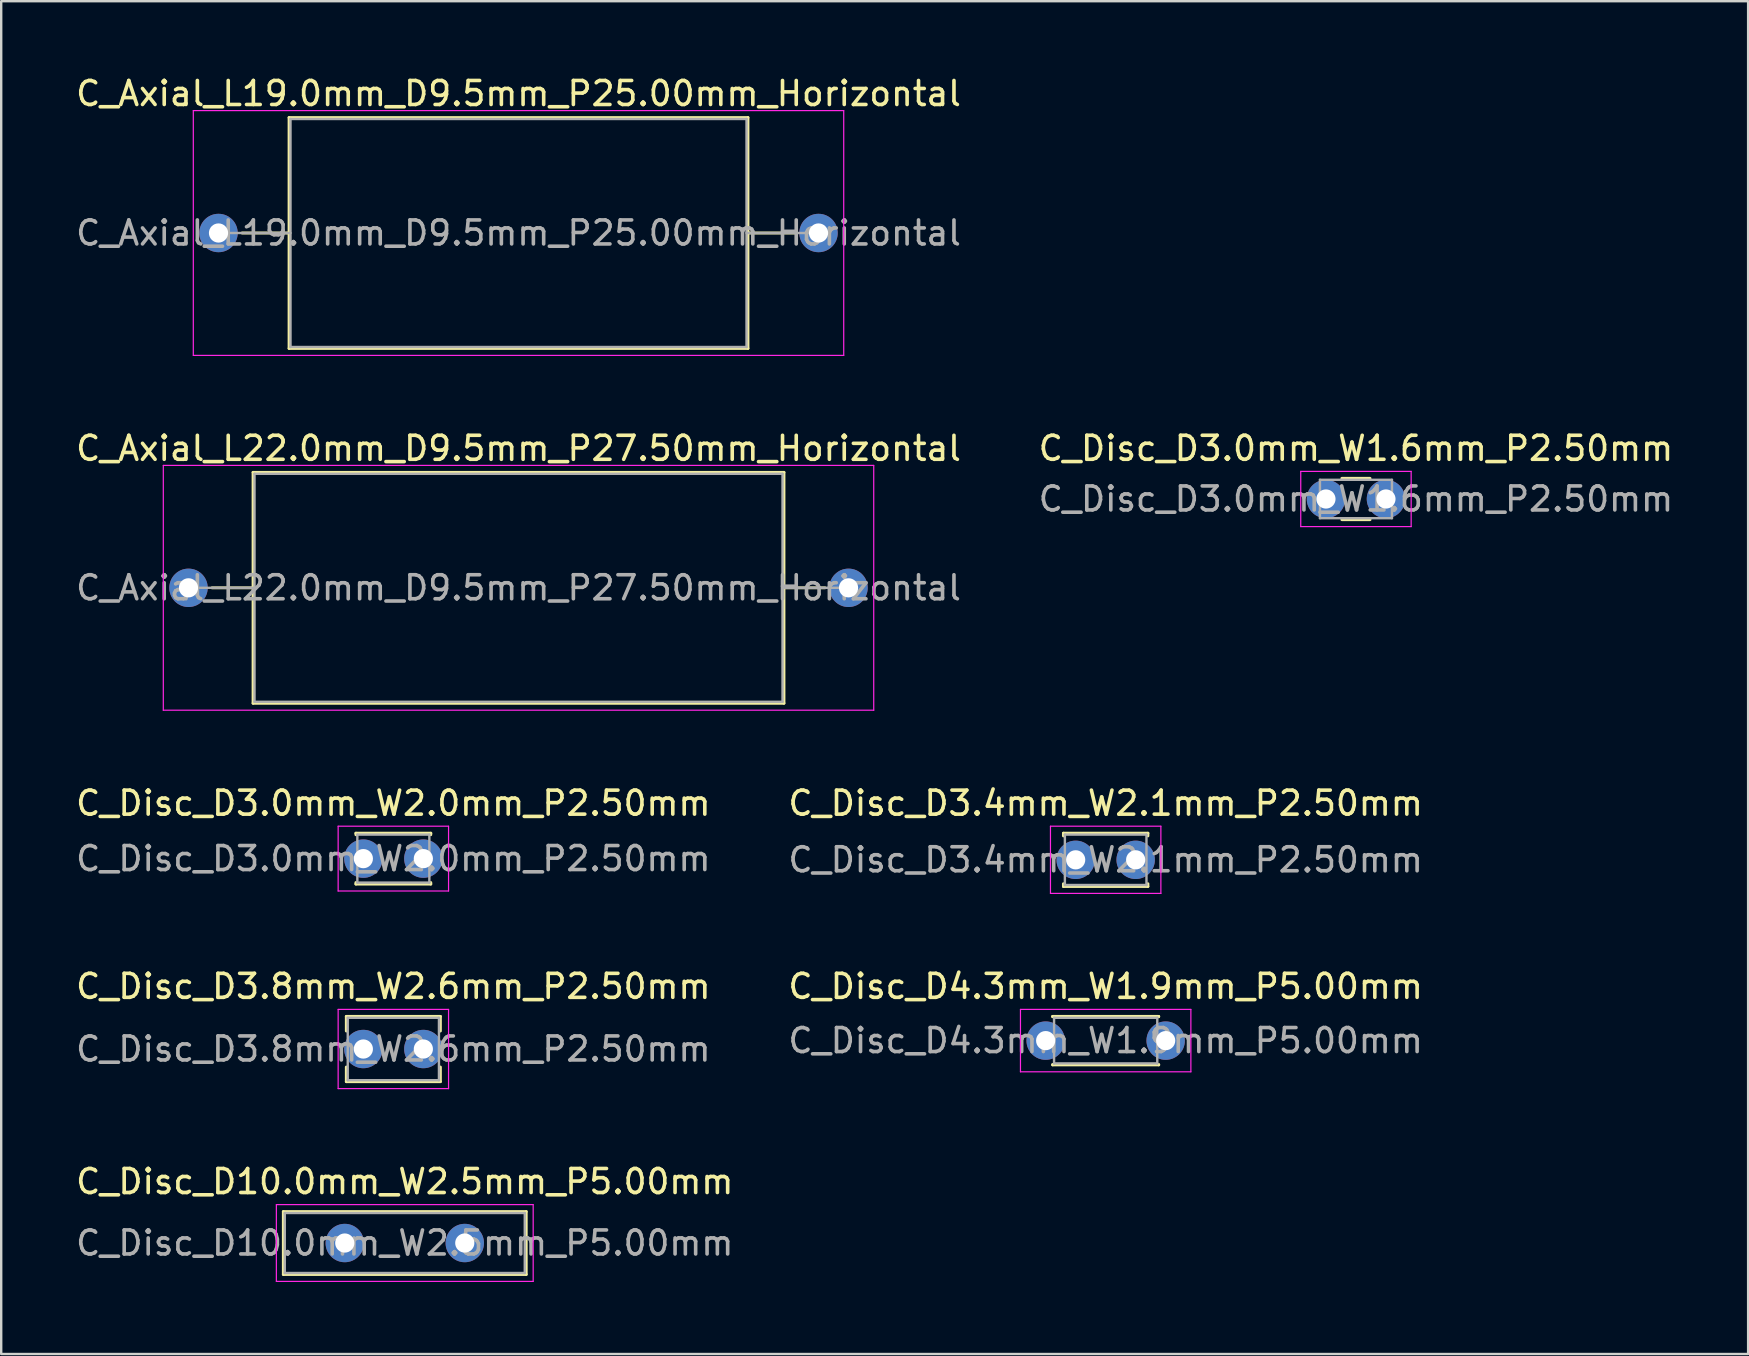
<source format=kicad_pcb>
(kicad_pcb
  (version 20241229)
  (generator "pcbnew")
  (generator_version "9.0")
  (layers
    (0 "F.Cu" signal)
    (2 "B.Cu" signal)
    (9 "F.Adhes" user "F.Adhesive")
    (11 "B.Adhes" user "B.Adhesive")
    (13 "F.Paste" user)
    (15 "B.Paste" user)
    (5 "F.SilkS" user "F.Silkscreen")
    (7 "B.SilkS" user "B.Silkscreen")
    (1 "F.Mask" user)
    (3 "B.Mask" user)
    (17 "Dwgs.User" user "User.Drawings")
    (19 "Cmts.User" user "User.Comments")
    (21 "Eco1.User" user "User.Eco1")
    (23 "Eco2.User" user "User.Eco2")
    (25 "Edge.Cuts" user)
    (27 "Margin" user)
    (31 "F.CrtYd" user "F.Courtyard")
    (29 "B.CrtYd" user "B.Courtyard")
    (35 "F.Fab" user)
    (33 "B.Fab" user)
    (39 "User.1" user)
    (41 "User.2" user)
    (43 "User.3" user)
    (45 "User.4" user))
  (footprint "C_Axial_L22.0mm_D9.5mm_P27.50mm_Horizontal"
    (layer "F.Cu")
    (at 4.804 21.442)
    (property "Reference" "C_Axial_L22.0mm_D9.5mm_P27.50mm_Horizontal" (at 13.75 -5.81 0) (layer "F.SilkS") (effects (font (size 1 1) (thickness 0.15))))
    (attr through_hole)
    (fp_line (start 0.98 0) (end 2.69 0) (stroke (width 0.12) (type solid)) (layer "F.SilkS"))
    (fp_line (start 2.69 -4.81) (end 2.69 4.81) (stroke (width 0.12) (type solid)) (layer "F.SilkS"))
    (fp_line (start 2.69 4.81) (end 24.81 4.81) (stroke (width 0.12) (type solid)) (layer "F.SilkS"))
    (fp_line (start 24.81 -4.81) (end 2.69 -4.81) (stroke (width 0.12) (type solid)) (layer "F.SilkS"))
    (fp_line (start 24.81 4.81) (end 24.81 -4.81) (stroke (width 0.12) (type solid)) (layer "F.SilkS"))
    (fp_line (start 26.52 0) (end 24.81 0) (stroke (width 0.12) (type solid)) (layer "F.SilkS"))
    (fp_line (start -1.05 -5.1) (end -1.05 5.1) (stroke (width 0.05) (type solid)) (layer "F.CrtYd"))
    (fp_line (start -1.05 5.1) (end 28.55 5.1) (stroke (width 0.05) (type solid)) (layer "F.CrtYd"))
    (fp_line (start 28.55 -5.1) (end -1.05 -5.1) (stroke (width 0.05) (type solid)) (layer "F.CrtYd"))
    (fp_line (start 28.55 5.1) (end 28.55 -5.1) (stroke (width 0.05) (type solid)) (layer "F.CrtYd"))
    (fp_line (start 0 0) (end 2.75 0) (stroke (width 0.1) (type solid)) (layer "F.Fab"))
    (fp_line (start 2.75 -4.75) (end 2.75 4.75) (stroke (width 0.1) (type solid)) (layer "F.Fab"))
    (fp_line (start 2.75 4.75) (end 24.75 4.75) (stroke (width 0.1) (type solid)) (layer "F.Fab"))
    (fp_line (start 24.75 -4.75) (end 2.75 -4.75) (stroke (width 0.1) (type solid)) (layer "F.Fab"))
    (fp_line (start 24.75 4.75) (end 24.75 -4.75) (stroke (width 0.1) (type solid)) (layer "F.Fab"))
    (fp_line (start 27.5 0) (end 24.75 0) (stroke (width 0.1) (type solid)) (layer "F.Fab"))
    (fp_text user "${REFERENCE}" (at 13.75 0 0) (layer "F.Fab") (effects (font (size 1 1) (thickness 0.15))))
    (pad "1" thru_hole circle (at 0 0) (size 1.6 1.6) (drill 0.8) (layers "*.Cu" "*.Mask"))
    (pad "2" thru_hole oval (at 27.5 0) (size 1.6 1.6) (drill 0.8) (layers "*.Cu" "*.Mask")))
  (footprint "C_Disc_D10.0mm_W2.5mm_P5.00mm"
    (layer "F.Cu")
    (at 11.315 48.741)
    (property "Reference" "C_Disc_D10.0mm_W2.5mm_P5.00mm" (at 2.5 -2.56 0) (layer "F.SilkS") (effects (font (size 1 1) (thickness 0.15))))
    (attr through_hole)
    (fp_line (start -2.56 -1.31) (end -2.56 1.31) (stroke (width 0.12) (type solid)) (layer "F.SilkS"))
    (fp_line (start -2.56 -1.31) (end 7.56 -1.31) (stroke (width 0.12) (type solid)) (layer "F.SilkS"))
    (fp_line (start -2.56 1.31) (end 7.56 1.31) (stroke (width 0.12) (type solid)) (layer "F.SilkS"))
    (fp_line (start 7.56 -1.31) (end 7.56 1.31) (stroke (width 0.12) (type solid)) (layer "F.SilkS"))
    (fp_line (start -2.85 -1.6) (end -2.85 1.6) (stroke (width 0.05) (type solid)) (layer "F.CrtYd"))
    (fp_line (start -2.85 1.6) (end 7.85 1.6) (stroke (width 0.05) (type solid)) (layer "F.CrtYd"))
    (fp_line (start 7.85 -1.6) (end -2.85 -1.6) (stroke (width 0.05) (type solid)) (layer "F.CrtYd"))
    (fp_line (start 7.85 1.6) (end 7.85 -1.6) (stroke (width 0.05) (type solid)) (layer "F.CrtYd"))
    (fp_line (start -2.5 -1.25) (end -2.5 1.25) (stroke (width 0.1) (type solid)) (layer "F.Fab"))
    (fp_line (start -2.5 1.25) (end 7.5 1.25) (stroke (width 0.1) (type solid)) (layer "F.Fab"))
    (fp_line (start 7.5 -1.25) (end -2.5 -1.25) (stroke (width 0.1) (type solid)) (layer "F.Fab"))
    (fp_line (start 7.5 1.25) (end 7.5 -1.25) (stroke (width 0.1) (type solid)) (layer "F.Fab"))
    (fp_text user "${REFERENCE}" (at 2.5 0 0) (layer "F.Fab") (effects (font (size 1 1) (thickness 0.15))))
    (pad "1" thru_hole circle (at 0 0) (size 1.6 1.6) (drill 0.8) (layers "*.Cu" "*.Mask"))
    (pad "2" thru_hole circle (at 5 0) (size 1.6 1.6) (drill 0.8) (layers "*.Cu" "*.Mask")))
  (footprint "C_Disc_D3.8mm_W2.6mm_P2.50mm"
    (layer "F.Cu")
    (at 12.089 40.658)
    (property "Reference" "C_Disc_D3.8mm_W2.6mm_P2.50mm" (at 1.25 -2.61 0) (layer "F.SilkS") (effects (font (size 1 1) (thickness 0.15))))
    (attr through_hole)
    (fp_line (start -0.71 -1.36) (end -0.71 -0.75) (stroke (width 0.12) (type solid)) (layer "F.SilkS"))
    (fp_line (start -0.71 -1.36) (end 3.21 -1.36) (stroke (width 0.12) (type solid)) (layer "F.SilkS"))
    (fp_line (start -0.71 0.75) (end -0.71 1.36) (stroke (width 0.12) (type solid)) (layer "F.SilkS"))
    (fp_line (start -0.71 1.36) (end 3.21 1.36) (stroke (width 0.12) (type solid)) (layer "F.SilkS"))
    (fp_line (start 3.21 -1.36) (end 3.21 -0.75) (stroke (width 0.12) (type solid)) (layer "F.SilkS"))
    (fp_line (start 3.21 0.75) (end 3.21 1.36) (stroke (width 0.12) (type solid)) (layer "F.SilkS"))
    (fp_line (start -1.05 -1.65) (end -1.05 1.65) (stroke (width 0.05) (type solid)) (layer "F.CrtYd"))
    (fp_line (start -1.05 1.65) (end 3.55 1.65) (stroke (width 0.05) (type solid)) (layer "F.CrtYd"))
    (fp_line (start 3.55 -1.65) (end -1.05 -1.65) (stroke (width 0.05) (type solid)) (layer "F.CrtYd"))
    (fp_line (start 3.55 1.65) (end 3.55 -1.65) (stroke (width 0.05) (type solid)) (layer "F.CrtYd"))
    (fp_line (start -0.65 -1.3) (end -0.65 1.3) (stroke (width 0.1) (type solid)) (layer "F.Fab"))
    (fp_line (start -0.65 1.3) (end 3.15 1.3) (stroke (width 0.1) (type solid)) (layer "F.Fab"))
    (fp_line (start 3.15 -1.3) (end -0.65 -1.3) (stroke (width 0.1) (type solid)) (layer "F.Fab"))
    (fp_line (start 3.15 1.3) (end 3.15 -1.3) (stroke (width 0.1) (type solid)) (layer "F.Fab"))
    (fp_text user "${REFERENCE}" (at 1.25 0 0) (layer "F.Fab") (effects (font (size 1 1) (thickness 0.15))))
    (pad "1" thru_hole circle (at 0 0) (size 1.6 1.6) (drill 0.8) (layers "*.Cu" "*.Mask"))
    (pad "2" thru_hole circle (at 2.5 0) (size 1.6 1.6) (drill 0.8) (layers "*.Cu" "*.Mask")))
  (footprint "C_Axial_L19.0mm_D9.5mm_P25.00mm_Horizontal"
    (layer "F.Cu")
    (at 6.054 6.658)
    (property "Reference" "C_Axial_L19.0mm_D9.5mm_P25.00mm_Horizontal" (at 12.5 -5.81 0) (layer "F.SilkS") (effects (font (size 1 1) (thickness 0.15))))
    (attr through_hole)
    (fp_line (start 0.98 0) (end 2.94 0) (stroke (width 0.12) (type solid)) (layer "F.SilkS"))
    (fp_line (start 2.94 -4.81) (end 2.94 4.81) (stroke (width 0.12) (type solid)) (layer "F.SilkS"))
    (fp_line (start 2.94 4.81) (end 22.06 4.81) (stroke (width 0.12) (type solid)) (layer "F.SilkS"))
    (fp_line (start 22.06 -4.81) (end 2.94 -4.81) (stroke (width 0.12) (type solid)) (layer "F.SilkS"))
    (fp_line (start 22.06 4.81) (end 22.06 -4.81) (stroke (width 0.12) (type solid)) (layer "F.SilkS"))
    (fp_line (start 24.02 0) (end 22.06 0) (stroke (width 0.12) (type solid)) (layer "F.SilkS"))
    (fp_line (start -1.05 -5.1) (end -1.05 5.1) (stroke (width 0.05) (type solid)) (layer "F.CrtYd"))
    (fp_line (start -1.05 5.1) (end 26.05 5.1) (stroke (width 0.05) (type solid)) (layer "F.CrtYd"))
    (fp_line (start 26.05 -5.1) (end -1.05 -5.1) (stroke (width 0.05) (type solid)) (layer "F.CrtYd"))
    (fp_line (start 26.05 5.1) (end 26.05 -5.1) (stroke (width 0.05) (type solid)) (layer "F.CrtYd"))
    (fp_line (start 0 0) (end 3 0) (stroke (width 0.1) (type solid)) (layer "F.Fab"))
    (fp_line (start 3 -4.75) (end 3 4.75) (stroke (width 0.1) (type solid)) (layer "F.Fab"))
    (fp_line (start 3 4.75) (end 22 4.75) (stroke (width 0.1) (type solid)) (layer "F.Fab"))
    (fp_line (start 22 -4.75) (end 3 -4.75) (stroke (width 0.1) (type solid)) (layer "F.Fab"))
    (fp_line (start 22 4.75) (end 22 -4.75) (stroke (width 0.1) (type solid)) (layer "F.Fab"))
    (fp_line (start 25 0) (end 22 0) (stroke (width 0.1) (type solid)) (layer "F.Fab"))
    (fp_text user "${REFERENCE}" (at 12.5 0 0) (layer "F.Fab") (effects (font (size 1 1) (thickness 0.15))))
    (pad "1" thru_hole circle (at 0 0) (size 1.6 1.6) (drill 0.8) (layers "*.Cu" "*.Mask"))
    (pad "2" thru_hole oval (at 25 0) (size 1.6 1.6) (drill 0.8) (layers "*.Cu" "*.Mask")))
  (footprint "C_Disc_D3.0mm_W2.0mm_P2.50mm"
    (layer "F.Cu")
    (at 12.089 32.725)
    (property "Reference" "C_Disc_D3.0mm_W2.0mm_P2.50mm" (at 1.25 -2.31 0) (layer "F.SilkS") (effects (font (size 1 1) (thickness 0.15))))
    (attr through_hole)
    (fp_line (start -0.31 -1.06) (end -0.31 -0.996) (stroke (width 0.12) (type solid)) (layer "F.SilkS"))
    (fp_line (start -0.31 -1.06) (end 2.81 -1.06) (stroke (width 0.12) (type solid)) (layer "F.SilkS"))
    (fp_line (start -0.31 0.996) (end -0.31 1.06) (stroke (width 0.12) (type solid)) (layer "F.SilkS"))
    (fp_line (start -0.31 1.06) (end 2.81 1.06) (stroke (width 0.12) (type solid)) (layer "F.SilkS"))
    (fp_line (start 2.81 -1.06) (end 2.81 -0.996) (stroke (width 0.12) (type solid)) (layer "F.SilkS"))
    (fp_line (start 2.81 0.996) (end 2.81 1.06) (stroke (width 0.12) (type solid)) (layer "F.SilkS"))
    (fp_line (start -1.05 -1.35) (end -1.05 1.35) (stroke (width 0.05) (type solid)) (layer "F.CrtYd"))
    (fp_line (start -1.05 1.35) (end 3.55 1.35) (stroke (width 0.05) (type solid)) (layer "F.CrtYd"))
    (fp_line (start 3.55 -1.35) (end -1.05 -1.35) (stroke (width 0.05) (type solid)) (layer "F.CrtYd"))
    (fp_line (start 3.55 1.35) (end 3.55 -1.35) (stroke (width 0.05) (type solid)) (layer "F.CrtYd"))
    (fp_line (start -0.25 -1) (end -0.25 1) (stroke (width 0.1) (type solid)) (layer "F.Fab"))
    (fp_line (start -0.25 1) (end 2.75 1) (stroke (width 0.1) (type solid)) (layer "F.Fab"))
    (fp_line (start 2.75 -1) (end -0.25 -1) (stroke (width 0.1) (type solid)) (layer "F.Fab"))
    (fp_line (start 2.75 1) (end 2.75 -1) (stroke (width 0.1) (type solid)) (layer "F.Fab"))
    (fp_text user "${REFERENCE}" (at 1.25 0 0) (layer "F.Fab") (effects (font (size 1 1) (thickness 0.15))))
    (pad "1" thru_hole circle (at 0 0) (size 1.6 1.6) (drill 0.8) (layers "*.Cu" "*.Mask"))
    (pad "2" thru_hole circle (at 2.5 0) (size 1.6 1.6) (drill 0.8) (layers "*.Cu" "*.Mask")))
  (footprint "C_Disc_D3.4mm_W2.1mm_P2.50mm"
    (layer "F.Cu")
    (at 41.768 32.775)
    (property "Reference" "C_Disc_D3.4mm_W2.1mm_P2.50mm" (at 1.25 -2.36 0) (layer "F.SilkS") (effects (font (size 1 1) (thickness 0.15))))
    (attr through_hole)
    (fp_line (start -0.51 -1.11) (end -0.51 -0.996) (stroke (width 0.12) (type solid)) (layer "F.SilkS"))
    (fp_line (start -0.51 -1.11) (end 3.01 -1.11) (stroke (width 0.12) (type solid)) (layer "F.SilkS"))
    (fp_line (start -0.51 0.996) (end -0.51 1.11) (stroke (width 0.12) (type solid)) (layer "F.SilkS"))
    (fp_line (start -0.51 1.11) (end 3.01 1.11) (stroke (width 0.12) (type solid)) (layer "F.SilkS"))
    (fp_line (start 3.01 -1.11) (end 3.01 -0.996) (stroke (width 0.12) (type solid)) (layer "F.SilkS"))
    (fp_line (start 3.01 0.996) (end 3.01 1.11) (stroke (width 0.12) (type solid)) (layer "F.SilkS"))
    (fp_line (start -1.05 -1.4) (end -1.05 1.4) (stroke (width 0.05) (type solid)) (layer "F.CrtYd"))
    (fp_line (start -1.05 1.4) (end 3.55 1.4) (stroke (width 0.05) (type solid)) (layer "F.CrtYd"))
    (fp_line (start 3.55 -1.4) (end -1.05 -1.4) (stroke (width 0.05) (type solid)) (layer "F.CrtYd"))
    (fp_line (start 3.55 1.4) (end 3.55 -1.4) (stroke (width 0.05) (type solid)) (layer "F.CrtYd"))
    (fp_line (start -0.45 -1.05) (end -0.45 1.05) (stroke (width 0.1) (type solid)) (layer "F.Fab"))
    (fp_line (start -0.45 1.05) (end 2.95 1.05) (stroke (width 0.1) (type solid)) (layer "F.Fab"))
    (fp_line (start 2.95 -1.05) (end -0.45 -1.05) (stroke (width 0.1) (type solid)) (layer "F.Fab"))
    (fp_line (start 2.95 1.05) (end 2.95 -1.05) (stroke (width 0.1) (type solid)) (layer "F.Fab"))
    (fp_text user "${REFERENCE}" (at 1.25 0 0) (layer "F.Fab") (effects (font (size 1 1) (thickness 0.15))))
    (pad "1" thru_hole circle (at 0 0) (size 1.6 1.6) (drill 0.8) (layers "*.Cu" "*.Mask"))
    (pad "2" thru_hole circle (at 2.5 0) (size 1.6 1.6) (drill 0.8) (layers "*.Cu" "*.Mask")))
  (footprint "C_Disc_D4.3mm_W1.9mm_P5.00mm"
    (layer "F.Cu")
    (at 40.518 40.308)
    (property "Reference" "C_Disc_D4.3mm_W1.9mm_P5.00mm" (at 2.5 -2.26 0) (layer "F.SilkS") (effects (font (size 1 1) (thickness 0.15))))
    (attr through_hole)
    (fp_line (start 0.29 -1.01) (end 0.29 -0.996) (stroke (width 0.12) (type solid)) (layer "F.SilkS"))
    (fp_line (start 0.29 -1.01) (end 4.71 -1.01) (stroke (width 0.12) (type solid)) (layer "F.SilkS"))
    (fp_line (start 0.29 0.996) (end 0.29 1.01) (stroke (width 0.12) (type solid)) (layer "F.SilkS"))
    (fp_line (start 0.29 1.01) (end 4.71 1.01) (stroke (width 0.12) (type solid)) (layer "F.SilkS"))
    (fp_line (start 4.71 -1.01) (end 4.71 -0.996) (stroke (width 0.12) (type solid)) (layer "F.SilkS"))
    (fp_line (start 4.71 0.996) (end 4.71 1.01) (stroke (width 0.12) (type solid)) (layer "F.SilkS"))
    (fp_line (start -1.05 -1.3) (end -1.05 1.3) (stroke (width 0.05) (type solid)) (layer "F.CrtYd"))
    (fp_line (start -1.05 1.3) (end 6.05 1.3) (stroke (width 0.05) (type solid)) (layer "F.CrtYd"))
    (fp_line (start 6.05 -1.3) (end -1.05 -1.3) (stroke (width 0.05) (type solid)) (layer "F.CrtYd"))
    (fp_line (start 6.05 1.3) (end 6.05 -1.3) (stroke (width 0.05) (type solid)) (layer "F.CrtYd"))
    (fp_line (start 0.35 -0.95) (end 0.35 0.95) (stroke (width 0.1) (type solid)) (layer "F.Fab"))
    (fp_line (start 0.35 0.95) (end 4.65 0.95) (stroke (width 0.1) (type solid)) (layer "F.Fab"))
    (fp_line (start 4.65 -0.95) (end 0.35 -0.95) (stroke (width 0.1) (type solid)) (layer "F.Fab"))
    (fp_line (start 4.65 0.95) (end 4.65 -0.95) (stroke (width 0.1) (type solid)) (layer "F.Fab"))
    (fp_text user "${REFERENCE}" (at 2.5 0 0) (layer "F.Fab") (effects (font (size 1 1) (thickness 0.15))))
    (pad "1" thru_hole circle (at 0 0) (size 1.6 1.6) (drill 0.8) (layers "*.Cu" "*.Mask"))
    (pad "2" thru_hole circle (at 5 0) (size 1.6 1.6) (drill 0.8) (layers "*.Cu" "*.Mask")))
  (footprint "C_Disc_D3.0mm_W1.6mm_P2.50mm"
    (layer "F.Cu")
    (at 52.196 17.741)
    (property "Reference" "C_Disc_D3.0mm_W1.6mm_P2.50mm" (at 1.25 -2.11 0) (layer "F.SilkS") (effects (font (size 1 1) (thickness 0.15))))
    (attr through_hole)
    (fp_line (start 0.663 -0.861) (end 1.837 -0.861) (stroke (width 0.12) (type solid)) (layer "F.SilkS"))
    (fp_line (start 0.663 0.861) (end 1.837 0.861) (stroke (width 0.12) (type solid)) (layer "F.SilkS"))
    (fp_line (start -1.05 -1.15) (end -1.05 1.15) (stroke (width 0.05) (type solid)) (layer "F.CrtYd"))
    (fp_line (start -1.05 1.15) (end 3.55 1.15) (stroke (width 0.05) (type solid)) (layer "F.CrtYd"))
    (fp_line (start 3.55 -1.15) (end -1.05 -1.15) (stroke (width 0.05) (type solid)) (layer "F.CrtYd"))
    (fp_line (start 3.55 1.15) (end 3.55 -1.15) (stroke (width 0.05) (type solid)) (layer "F.CrtYd"))
    (fp_line (start -0.25 -0.8) (end -0.25 0.8) (stroke (width 0.1) (type solid)) (layer "F.Fab"))
    (fp_line (start -0.25 0.8) (end 2.75 0.8) (stroke (width 0.1) (type solid)) (layer "F.Fab"))
    (fp_line (start 2.75 -0.8) (end -0.25 -0.8) (stroke (width 0.1) (type solid)) (layer "F.Fab"))
    (fp_line (start 2.75 0.8) (end 2.75 -0.8) (stroke (width 0.1) (type solid)) (layer "F.Fab"))
    (fp_text user "${REFERENCE}" (at 1.25 0 0) (layer "F.Fab") (effects (font (size 1 1) (thickness 0.15))))
    (pad "1" thru_hole circle (at 0 0) (size 1.6 1.6) (drill 0.8) (layers "*.Cu" "*.Mask"))
    (pad "2" thru_hole circle (at 2.5 0) (size 1.6 1.6) (drill 0.8) (layers "*.Cu" "*.Mask")))
  (gr_rect
    (start -3 -3)
    (end 69.786 53.366)
    (stroke (width 0.1) (type default))
    (fill no)
    (layer "Edge.Cuts")))
</source>
